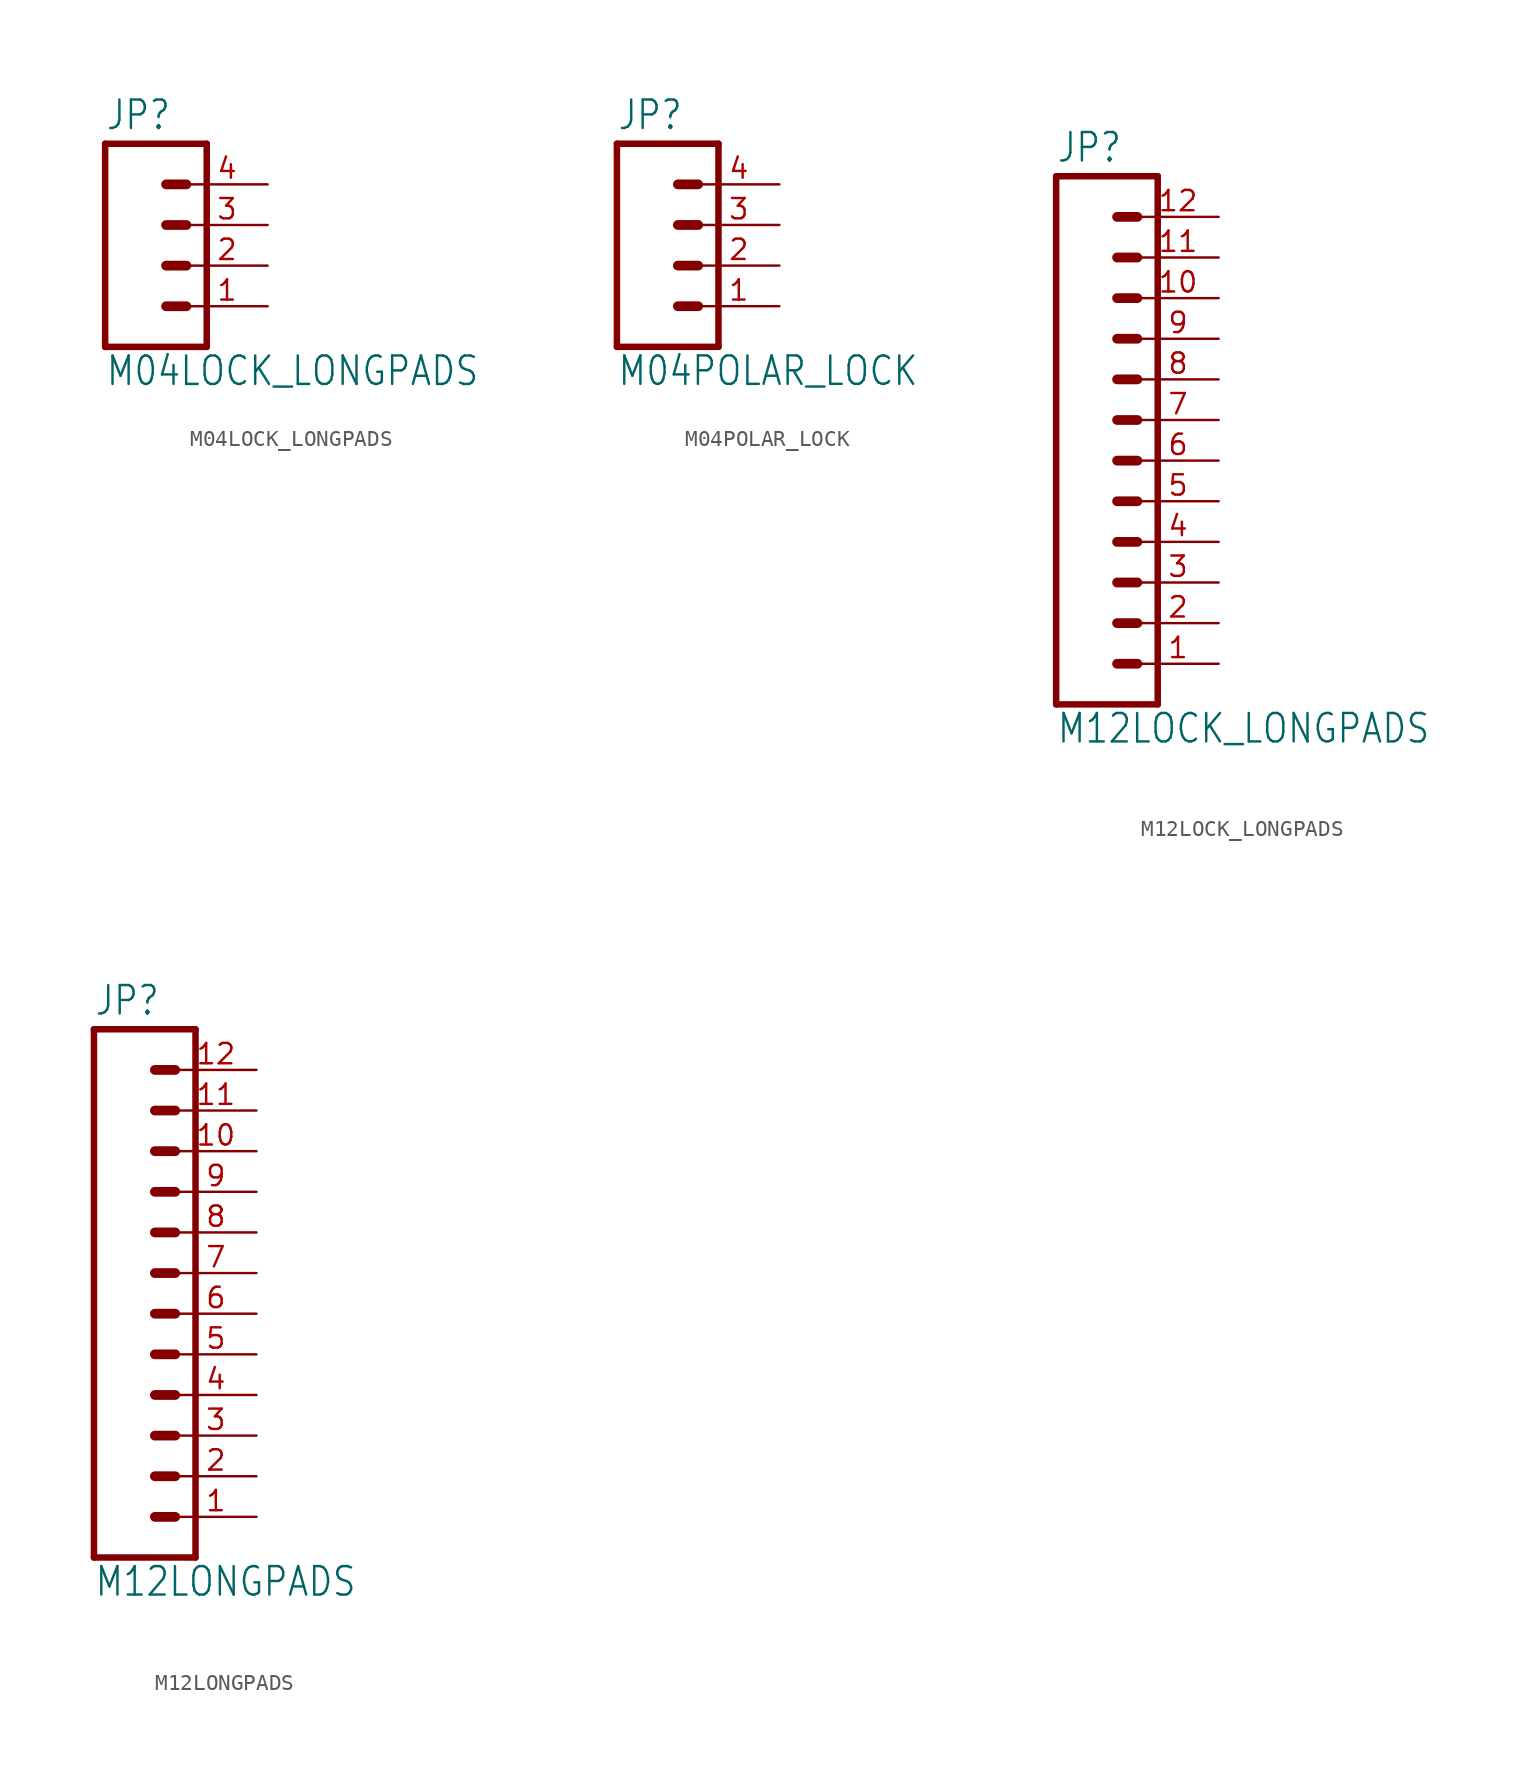
<source format=kicad_sym>
(kicad_symbol_lib
  (version 20211014)
  (generator kicad_symbol_editor)
  (symbol "M04LOCK_LONGPADS"
    (property "Reference" "JP"
      (at -5.08 8.382 0)
      (effects (font (size 1.778 1.511)) (justify left bottom)))
    (property "Value" "M04LOCK_LONGPADS"
      (at -5.08 -7.62 0)
      (effects (font (size 1.778 1.511)) (justify left bottom)))
    (property "ki_locked" ""
      (at 0 0 0)
      (effects (font (size 1.27 1.27))))
    (symbol "M04LOCK_LONGPADS_1_0"
      (polyline (pts (xy -5.08 7.62) (xy -5.08 -5.08)) (stroke (width 0.406) (type default) (color 0 0 0 0)) (fill (type none)))
      (polyline (pts (xy -5.08 7.62) (xy 1.27 7.62)) (stroke (width 0.406) (type default) (color 0 0 0 0)) (fill (type none)))
      (polyline (pts (xy -1.27 -2.54) (xy 0 -2.54)) (stroke (width 0.61) (type default) (color 0 0 0 0)) (fill (type none)))
      (polyline (pts (xy -1.27 0) (xy 0 0)) (stroke (width 0.61) (type default) (color 0 0 0 0)) (fill (type none)))
      (polyline (pts (xy -1.27 2.54) (xy 0 2.54)) (stroke (width 0.61) (type default) (color 0 0 0 0)) (fill (type none)))
      (polyline (pts (xy -1.27 5.08) (xy 0 5.08)) (stroke (width 0.61) (type default) (color 0 0 0 0)) (fill (type none)))
      (polyline (pts (xy 1.27 -5.08) (xy -5.08 -5.08)) (stroke (width 0.406) (type default) (color 0 0 0 0)) (fill (type none)))
      (polyline (pts (xy 1.27 -5.08) (xy 1.27 7.62)) (stroke (width 0.406) (type default) (color 0 0 0 0)) (fill (type none)))
      (pin passive line (at 5.08 -2.54 180) (length 5.08) (name "1" (effects (font (size 0 0)))) (number "1" (effects (font (size 1.27 1.27)))))
      (pin passive line (at 5.08 0 180) (length 5.08) (name "2" (effects (font (size 0 0)))) (number "2" (effects (font (size 1.27 1.27)))))
      (pin passive line (at 5.08 2.54 180) (length 5.08) (name "3" (effects (font (size 0 0)))) (number "3" (effects (font (size 1.27 1.27)))))
      (pin passive line (at 5.08 5.08 180) (length 5.08) (name "4" (effects (font (size 0 0)))) (number "4" (effects (font (size 1.27 1.27)))))))
  (symbol "M04POLAR_LOCK"
    (property "Reference" "JP"
      (at -5.08 8.382 0)
      (effects (font (size 1.778 1.511)) (justify left bottom)))
    (property "Value" "M04POLAR_LOCK"
      (at -5.08 -7.62 0)
      (effects (font (size 1.778 1.511)) (justify left bottom)))
    (property "ki_locked" ""
      (at 0 0 0)
      (effects (font (size 1.27 1.27))))
    (symbol "M04POLAR_LOCK_1_0"
      (polyline (pts (xy -5.08 7.62) (xy -5.08 -5.08)) (stroke (width 0.406) (type default) (color 0 0 0 0)) (fill (type none)))
      (polyline (pts (xy -5.08 7.62) (xy 1.27 7.62)) (stroke (width 0.406) (type default) (color 0 0 0 0)) (fill (type none)))
      (polyline (pts (xy -1.27 -2.54) (xy 0 -2.54)) (stroke (width 0.61) (type default) (color 0 0 0 0)) (fill (type none)))
      (polyline (pts (xy -1.27 0) (xy 0 0)) (stroke (width 0.61) (type default) (color 0 0 0 0)) (fill (type none)))
      (polyline (pts (xy -1.27 2.54) (xy 0 2.54)) (stroke (width 0.61) (type default) (color 0 0 0 0)) (fill (type none)))
      (polyline (pts (xy -1.27 5.08) (xy 0 5.08)) (stroke (width 0.61) (type default) (color 0 0 0 0)) (fill (type none)))
      (polyline (pts (xy 1.27 -5.08) (xy -5.08 -5.08)) (stroke (width 0.406) (type default) (color 0 0 0 0)) (fill (type none)))
      (polyline (pts (xy 1.27 -5.08) (xy 1.27 7.62)) (stroke (width 0.406) (type default) (color 0 0 0 0)) (fill (type none)))
      (pin passive line (at 5.08 -2.54 180) (length 5.08) (name "1" (effects (font (size 0 0)))) (number "1" (effects (font (size 1.27 1.27)))))
      (pin passive line (at 5.08 0 180) (length 5.08) (name "2" (effects (font (size 0 0)))) (number "2" (effects (font (size 1.27 1.27)))))
      (pin passive line (at 5.08 2.54 180) (length 5.08) (name "3" (effects (font (size 0 0)))) (number "3" (effects (font (size 1.27 1.27)))))
      (pin passive line (at 5.08 5.08 180) (length 5.08) (name "4" (effects (font (size 0 0)))) (number "4" (effects (font (size 1.27 1.27)))))))
  (symbol "M12LOCK_LONGPADS"
    (property "Reference" "JP"
      (at 0 16.002 0)
      (effects (font (size 1.778 1.511)) (justify left bottom)))
    (property "Value" "M12LOCK_LONGPADS"
      (at 0 -20.32 0)
      (effects (font (size 1.778 1.511)) (justify left bottom)))
    (property "ki_locked" ""
      (at 0 0 0)
      (effects (font (size 1.27 1.27))))
    (symbol "M12LOCK_LONGPADS_1_0"
      (polyline (pts (xy 0 15.24) (xy 0 -17.78)) (stroke (width 0.406) (type default) (color 0 0 0 0)) (fill (type none)))
      (polyline (pts (xy 0 15.24) (xy 6.35 15.24)) (stroke (width 0.406) (type default) (color 0 0 0 0)) (fill (type none)))
      (polyline (pts (xy 3.81 -15.24) (xy 5.08 -15.24)) (stroke (width 0.61) (type default) (color 0 0 0 0)) (fill (type none)))
      (polyline (pts (xy 3.81 -12.7) (xy 5.08 -12.7)) (stroke (width 0.61) (type default) (color 0 0 0 0)) (fill (type none)))
      (polyline (pts (xy 3.81 -10.16) (xy 5.08 -10.16)) (stroke (width 0.61) (type default) (color 0 0 0 0)) (fill (type none)))
      (polyline (pts (xy 3.81 -7.62) (xy 5.08 -7.62)) (stroke (width 0.61) (type default) (color 0 0 0 0)) (fill (type none)))
      (polyline (pts (xy 3.81 -5.08) (xy 5.08 -5.08)) (stroke (width 0.61) (type default) (color 0 0 0 0)) (fill (type none)))
      (polyline (pts (xy 3.81 -2.54) (xy 5.08 -2.54)) (stroke (width 0.61) (type default) (color 0 0 0 0)) (fill (type none)))
      (polyline (pts (xy 3.81 0) (xy 5.08 0)) (stroke (width 0.61) (type default) (color 0 0 0 0)) (fill (type none)))
      (polyline (pts (xy 3.81 2.54) (xy 5.08 2.54)) (stroke (width 0.61) (type default) (color 0 0 0 0)) (fill (type none)))
      (polyline (pts (xy 3.81 5.08) (xy 5.08 5.08)) (stroke (width 0.61) (type default) (color 0 0 0 0)) (fill (type none)))
      (polyline (pts (xy 3.81 7.62) (xy 5.08 7.62)) (stroke (width 0.61) (type default) (color 0 0 0 0)) (fill (type none)))
      (polyline (pts (xy 3.81 10.16) (xy 5.08 10.16)) (stroke (width 0.61) (type default) (color 0 0 0 0)) (fill (type none)))
      (polyline (pts (xy 3.81 12.7) (xy 5.08 12.7)) (stroke (width 0.61) (type default) (color 0 0 0 0)) (fill (type none)))
      (polyline (pts (xy 6.35 -17.78) (xy 0 -17.78)) (stroke (width 0.406) (type default) (color 0 0 0 0)) (fill (type none)))
      (polyline (pts (xy 6.35 -17.78) (xy 6.35 15.24)) (stroke (width 0.406) (type default) (color 0 0 0 0)) (fill (type none)))
      (pin passive line (at 10.16 -15.24 180) (length 5.08) (name "1" (effects (font (size 0 0)))) (number "1" (effects (font (size 1.27 1.27)))))
      (pin passive line (at 10.16 7.62 180) (length 5.08) (name "10" (effects (font (size 0 0)))) (number "10" (effects (font (size 1.27 1.27)))))
      (pin passive line (at 10.16 10.16 180) (length 5.08) (name "11" (effects (font (size 0 0)))) (number "11" (effects (font (size 1.27 1.27)))))
      (pin passive line (at 10.16 12.7 180) (length 5.08) (name "12" (effects (font (size 0 0)))) (number "12" (effects (font (size 1.27 1.27)))))
      (pin passive line (at 10.16 -12.7 180) (length 5.08) (name "2" (effects (font (size 0 0)))) (number "2" (effects (font (size 1.27 1.27)))))
      (pin passive line (at 10.16 -10.16 180) (length 5.08) (name "3" (effects (font (size 0 0)))) (number "3" (effects (font (size 1.27 1.27)))))
      (pin passive line (at 10.16 -7.62 180) (length 5.08) (name "4" (effects (font (size 0 0)))) (number "4" (effects (font (size 1.27 1.27)))))
      (pin passive line (at 10.16 -5.08 180) (length 5.08) (name "5" (effects (font (size 0 0)))) (number "5" (effects (font (size 1.27 1.27)))))
      (pin passive line (at 10.16 -2.54 180) (length 5.08) (name "6" (effects (font (size 0 0)))) (number "6" (effects (font (size 1.27 1.27)))))
      (pin passive line (at 10.16 0 180) (length 5.08) (name "7" (effects (font (size 0 0)))) (number "7" (effects (font (size 1.27 1.27)))))
      (pin passive line (at 10.16 2.54 180) (length 5.08) (name "8" (effects (font (size 0 0)))) (number "8" (effects (font (size 1.27 1.27)))))
      (pin passive line (at 10.16 5.08 180) (length 5.08) (name "9" (effects (font (size 0 0)))) (number "9" (effects (font (size 1.27 1.27)))))))
  (symbol "M12LONGPADS"
    (property "Reference" "JP"
      (at 0 16.002 0)
      (effects (font (size 1.778 1.511)) (justify left bottom)))
    (property "Value" "M12LONGPADS"
      (at 0 -20.32 0)
      (effects (font (size 1.778 1.511)) (justify left bottom)))
    (property "ki_locked" ""
      (at 0 0 0)
      (effects (font (size 1.27 1.27))))
    (symbol "M12LONGPADS_1_0"
      (polyline (pts (xy 0 15.24) (xy 0 -17.78)) (stroke (width 0.406) (type default) (color 0 0 0 0)) (fill (type none)))
      (polyline (pts (xy 0 15.24) (xy 6.35 15.24)) (stroke (width 0.406) (type default) (color 0 0 0 0)) (fill (type none)))
      (polyline (pts (xy 3.81 -15.24) (xy 5.08 -15.24)) (stroke (width 0.61) (type default) (color 0 0 0 0)) (fill (type none)))
      (polyline (pts (xy 3.81 -12.7) (xy 5.08 -12.7)) (stroke (width 0.61) (type default) (color 0 0 0 0)) (fill (type none)))
      (polyline (pts (xy 3.81 -10.16) (xy 5.08 -10.16)) (stroke (width 0.61) (type default) (color 0 0 0 0)) (fill (type none)))
      (polyline (pts (xy 3.81 -7.62) (xy 5.08 -7.62)) (stroke (width 0.61) (type default) (color 0 0 0 0)) (fill (type none)))
      (polyline (pts (xy 3.81 -5.08) (xy 5.08 -5.08)) (stroke (width 0.61) (type default) (color 0 0 0 0)) (fill (type none)))
      (polyline (pts (xy 3.81 -2.54) (xy 5.08 -2.54)) (stroke (width 0.61) (type default) (color 0 0 0 0)) (fill (type none)))
      (polyline (pts (xy 3.81 0) (xy 5.08 0)) (stroke (width 0.61) (type default) (color 0 0 0 0)) (fill (type none)))
      (polyline (pts (xy 3.81 2.54) (xy 5.08 2.54)) (stroke (width 0.61) (type default) (color 0 0 0 0)) (fill (type none)))
      (polyline (pts (xy 3.81 5.08) (xy 5.08 5.08)) (stroke (width 0.61) (type default) (color 0 0 0 0)) (fill (type none)))
      (polyline (pts (xy 3.81 7.62) (xy 5.08 7.62)) (stroke (width 0.61) (type default) (color 0 0 0 0)) (fill (type none)))
      (polyline (pts (xy 3.81 10.16) (xy 5.08 10.16)) (stroke (width 0.61) (type default) (color 0 0 0 0)) (fill (type none)))
      (polyline (pts (xy 3.81 12.7) (xy 5.08 12.7)) (stroke (width 0.61) (type default) (color 0 0 0 0)) (fill (type none)))
      (polyline (pts (xy 6.35 -17.78) (xy 0 -17.78)) (stroke (width 0.406) (type default) (color 0 0 0 0)) (fill (type none)))
      (polyline (pts (xy 6.35 -17.78) (xy 6.35 15.24)) (stroke (width 0.406) (type default) (color 0 0 0 0)) (fill (type none)))
      (pin passive line (at 10.16 -15.24 180) (length 5.08) (name "1" (effects (font (size 0 0)))) (number "1" (effects (font (size 1.27 1.27)))))
      (pin passive line (at 10.16 7.62 180) (length 5.08) (name "10" (effects (font (size 0 0)))) (number "10" (effects (font (size 1.27 1.27)))))
      (pin passive line (at 10.16 10.16 180) (length 5.08) (name "11" (effects (font (size 0 0)))) (number "11" (effects (font (size 1.27 1.27)))))
      (pin passive line (at 10.16 12.7 180) (length 5.08) (name "12" (effects (font (size 0 0)))) (number "12" (effects (font (size 1.27 1.27)))))
      (pin passive line (at 10.16 -12.7 180) (length 5.08) (name "2" (effects (font (size 0 0)))) (number "2" (effects (font (size 1.27 1.27)))))
      (pin passive line (at 10.16 -10.16 180) (length 5.08) (name "3" (effects (font (size 0 0)))) (number "3" (effects (font (size 1.27 1.27)))))
      (pin passive line (at 10.16 -7.62 180) (length 5.08) (name "4" (effects (font (size 0 0)))) (number "4" (effects (font (size 1.27 1.27)))))
      (pin passive line (at 10.16 -5.08 180) (length 5.08) (name "5" (effects (font (size 0 0)))) (number "5" (effects (font (size 1.27 1.27)))))
      (pin passive line (at 10.16 -2.54 180) (length 5.08) (name "6" (effects (font (size 0 0)))) (number "6" (effects (font (size 1.27 1.27)))))
      (pin passive line (at 10.16 0 180) (length 5.08) (name "7" (effects (font (size 0 0)))) (number "7" (effects (font (size 1.27 1.27)))))
      (pin passive line (at 10.16 2.54 180) (length 5.08) (name "8" (effects (font (size 0 0)))) (number "8" (effects (font (size 1.27 1.27)))))
      (pin passive line (at 10.16 5.08 180) (length 5.08) (name "9" (effects (font (size 0 0)))) (number "9" (effects (font (size 1.27 1.27))))))))
</source>
